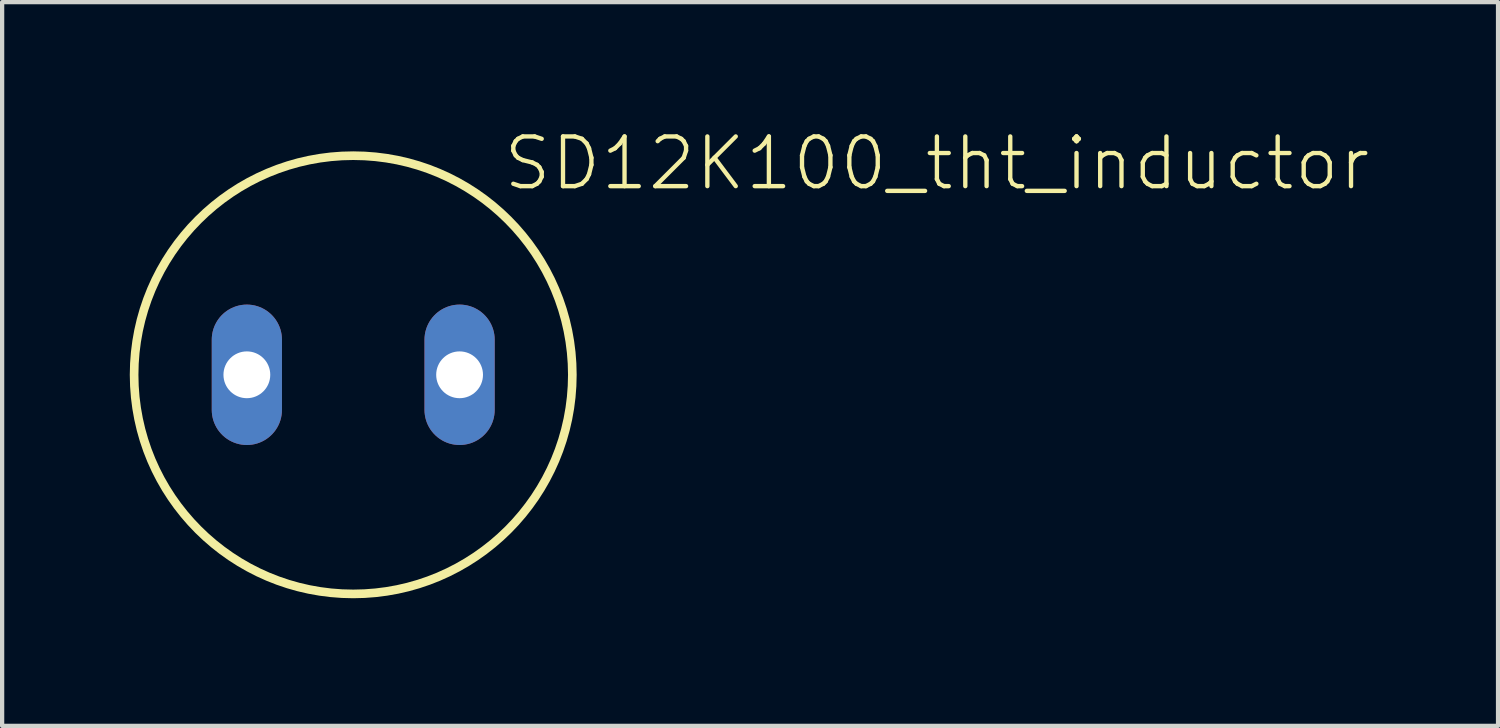
<source format=kicad_pcb>
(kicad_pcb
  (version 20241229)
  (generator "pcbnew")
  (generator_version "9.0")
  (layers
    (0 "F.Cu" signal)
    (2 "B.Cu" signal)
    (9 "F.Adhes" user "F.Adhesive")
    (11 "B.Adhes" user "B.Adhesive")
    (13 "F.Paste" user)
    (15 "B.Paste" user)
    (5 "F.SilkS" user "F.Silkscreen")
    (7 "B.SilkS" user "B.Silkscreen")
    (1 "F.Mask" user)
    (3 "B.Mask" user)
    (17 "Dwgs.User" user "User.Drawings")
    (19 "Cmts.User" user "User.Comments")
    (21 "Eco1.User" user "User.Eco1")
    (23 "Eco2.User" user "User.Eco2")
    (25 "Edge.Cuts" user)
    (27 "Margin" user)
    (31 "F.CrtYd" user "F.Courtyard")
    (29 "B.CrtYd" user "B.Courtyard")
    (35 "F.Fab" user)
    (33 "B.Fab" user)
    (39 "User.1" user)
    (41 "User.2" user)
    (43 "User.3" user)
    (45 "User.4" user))
  (footprint "SD12K100_tht_inductor"
    (layer "F.Cu")
    (at 5.252 5.759)
    (property "Reference" "SD12K100_tht_inductor" (at 3.473 -4.286 0) (layer "F.SilkS") (effects (font (size 1.168 1.168) (thickness 0.102)) (justify left bottom)))
    (fp_circle (center 0 0) (end 5.15 0) (stroke (width 0.203) (type solid)) (fill no) (layer "F.SilkS"))
    (pad "1" thru_hole oval (at -2.5 0 90) (size 3.3 1.65) (drill 1.1) (layers "*.Cu" "*.Mask"))
    (pad "2" thru_hole oval (at 2.5 0 90) (size 3.3 1.65) (drill 1.1) (layers "*.Cu" "*.Mask")))
  (gr_rect
    (start -3 -3)
    (end 32.159 14.011)
    (stroke (width 0.1) (type default))
    (fill no)
    (layer "Edge.Cuts")))
</source>
